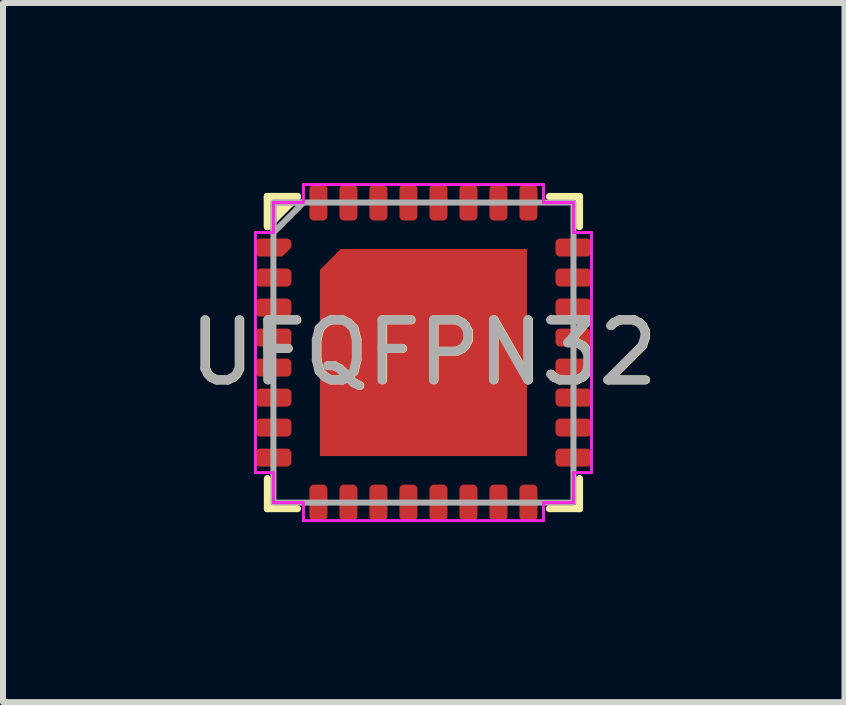
<source format=kicad_pcb>
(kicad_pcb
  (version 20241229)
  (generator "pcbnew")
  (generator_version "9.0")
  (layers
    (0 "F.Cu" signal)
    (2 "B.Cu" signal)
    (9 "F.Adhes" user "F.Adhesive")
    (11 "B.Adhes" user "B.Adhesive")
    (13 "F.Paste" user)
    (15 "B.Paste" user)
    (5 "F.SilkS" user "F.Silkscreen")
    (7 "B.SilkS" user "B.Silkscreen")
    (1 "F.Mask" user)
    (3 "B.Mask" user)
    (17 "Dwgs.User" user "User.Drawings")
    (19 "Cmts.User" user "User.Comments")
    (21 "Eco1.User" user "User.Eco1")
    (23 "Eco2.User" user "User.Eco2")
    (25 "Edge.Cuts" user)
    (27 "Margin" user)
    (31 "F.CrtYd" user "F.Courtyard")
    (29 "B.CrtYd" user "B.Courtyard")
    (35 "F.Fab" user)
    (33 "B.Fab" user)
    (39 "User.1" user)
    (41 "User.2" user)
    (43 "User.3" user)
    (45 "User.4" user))
  (footprint "UFQFPN32"
    (layer "F.Cu")
    (at 4.006 2.825)
    (property "Reference" "UFQFPN32" (at 0.01 0 0) (unlocked yes) (layer "F.SilkS") (effects (font (size 1 1) (thickness 0.15))))
    (attr through_hole)
    (fp_line (start -2.6 -2.6) (end -2.6 -2.1) (stroke (width 0.12) (type solid)) (layer "F.SilkS"))
    (fp_line (start -2.6 -2.6) (end -2.1 -2.6) (stroke (width 0.12) (type solid)) (layer "F.SilkS"))
    (fp_line (start -2.6 2.6) (end -2.6 2.1) (stroke (width 0.12) (type solid)) (layer "F.SilkS"))
    (fp_line (start -2.6 2.6) (end -2.1 2.6) (stroke (width 0.12) (type solid)) (layer "F.SilkS"))
    (fp_line (start 2.6 -2.6) (end 2.1 -2.6) (stroke (width 0.12) (type solid)) (layer "F.SilkS"))
    (fp_line (start 2.6 -2.6) (end 2.6 -2.1) (stroke (width 0.12) (type solid)) (layer "F.SilkS"))
    (fp_line (start 2.6 2.6) (end 2.1 2.6) (stroke (width 0.12) (type solid)) (layer "F.SilkS"))
    (fp_line (start 2.6 2.6) (end 2.6 2.1) (stroke (width 0.12) (type solid)) (layer "F.SilkS"))
    (fp_poly (pts (xy -2.6 -2.1) (xy -2.6 -2.6) (xy -2.1 -2.6)) (stroke (width 0.12) (type solid)) (fill yes) (layer "F.SilkS"))
    (fp_line (start -2.8 -2) (end -2.5 -2) (stroke (width 0.05) (type solid)) (layer "F.CrtYd"))
    (fp_line (start -2.8 2) (end -2.8 -2) (stroke (width 0.05) (type solid)) (layer "F.CrtYd"))
    (fp_line (start -2.5 -2.5) (end -2 -2.5) (stroke (width 0.05) (type solid)) (layer "F.CrtYd"))
    (fp_line (start -2.5 -2) (end -2.5 -2.5) (stroke (width 0.05) (type solid)) (layer "F.CrtYd"))
    (fp_line (start -2.5 2) (end -2.8 2) (stroke (width 0.05) (type solid)) (layer "F.CrtYd"))
    (fp_line (start -2.5 2.5) (end -2.5 2) (stroke (width 0.05) (type solid)) (layer "F.CrtYd"))
    (fp_line (start -2 -2.8) (end 2 -2.8) (stroke (width 0.05) (type solid)) (layer "F.CrtYd"))
    (fp_line (start -2 -2.5) (end -2 -2.8) (stroke (width 0.05) (type solid)) (layer "F.CrtYd"))
    (fp_line (start -2 2.5) (end -2.5 2.5) (stroke (width 0.05) (type solid)) (layer "F.CrtYd"))
    (fp_line (start -2 2.8) (end -2 2.5) (stroke (width 0.05) (type solid)) (layer "F.CrtYd"))
    (fp_line (start 2 -2.8) (end 2 -2.5) (stroke (width 0.05) (type solid)) (layer "F.CrtYd"))
    (fp_line (start 2 -2.5) (end 2.5 -2.5) (stroke (width 0.05) (type solid)) (layer "F.CrtYd"))
    (fp_line (start 2 2.5) (end 2 2.8) (stroke (width 0.05) (type solid)) (layer "F.CrtYd"))
    (fp_line (start 2 2.8) (end -2 2.8) (stroke (width 0.05) (type solid)) (layer "F.CrtYd"))
    (fp_line (start 2.5 -2.5) (end 2.5 -2) (stroke (width 0.05) (type solid)) (layer "F.CrtYd"))
    (fp_line (start 2.5 -2) (end 2.8 -2) (stroke (width 0.05) (type solid)) (layer "F.CrtYd"))
    (fp_line (start 2.5 2) (end 2.5 2.5) (stroke (width 0.05) (type solid)) (layer "F.CrtYd"))
    (fp_line (start 2.5 2.5) (end 2 2.5) (stroke (width 0.05) (type solid)) (layer "F.CrtYd"))
    (fp_line (start 2.8 -2) (end 2.8 2) (stroke (width 0.05) (type solid)) (layer "F.CrtYd"))
    (fp_line (start 2.8 2) (end 2.5 2) (stroke (width 0.05) (type solid)) (layer "F.CrtYd"))
    (fp_rect (start -2.5 -2.5) (end 2.5 2.5) (stroke (width 0.1) (type solid)) (fill no) (layer "F.Fab"))
    (fp_poly (pts (xy -2.5 -2) (xy -2.5 -2.5) (xy -2 -2.5)) (stroke (width 0.1) (type solid)) (fill no) (layer "F.Fab"))
    (fp_text user "${REFERENCE}" (at 0 0 0) (unlocked yes) (layer "F.Fab") (effects (font (size 1 1) (thickness 0.15))))
    (pad "1" smd roundrect (at -2.5 -1.75 90) (size 0.3 0.6) (layers "F.Cu" "F.Mask" "F.Paste") (roundrect_rratio 0.25) (chamfer_ratio 0.5) (chamfer bottom_left))
    (pad "2" smd roundrect (at -2.5 -1.25 90) (size 0.3 0.6) (layers "F.Cu" "F.Mask" "F.Paste") (roundrect_rratio 0.25) (chamfer_ratio 0.5) (chamfer))
    (pad "3" smd roundrect (at -2.5 -0.75 90) (size 0.3 0.6) (layers "F.Cu" "F.Mask" "F.Paste") (roundrect_rratio 0.25) (chamfer_ratio 0.5) (chamfer))
    (pad "4" smd roundrect (at -2.5 -0.25 90) (size 0.3 0.6) (layers "F.Cu" "F.Mask" "F.Paste") (roundrect_rratio 0.25) (chamfer_ratio 0.5) (chamfer))
    (pad "5" smd roundrect (at -2.5 0.25 90) (size 0.3 0.6) (layers "F.Cu" "F.Mask" "F.Paste") (roundrect_rratio 0.25) (chamfer_ratio 0.5) (chamfer))
    (pad "6" smd roundrect (at -2.5 0.75 90) (size 0.3 0.6) (layers "F.Cu" "F.Mask" "F.Paste") (roundrect_rratio 0.25) (chamfer_ratio 0.5) (chamfer))
    (pad "7" smd roundrect (at -2.5 1.25 90) (size 0.3 0.6) (layers "F.Cu" "F.Mask" "F.Paste") (roundrect_rratio 0.25) (chamfer_ratio 0.5) (chamfer))
    (pad "8" smd roundrect (at -2.5 1.75 90) (size 0.3 0.6) (layers "F.Cu" "F.Mask" "F.Paste") (roundrect_rratio 0.25) (chamfer_ratio 0.5) (chamfer))
    (pad "9" smd roundrect (at -1.75 2.5 180) (size 0.3 0.6) (layers "F.Cu" "F.Mask" "F.Paste") (roundrect_rratio 0.25) (chamfer_ratio 0.5) (chamfer))
    (pad "10" smd roundrect (at -1.25 2.5 180) (size 0.3 0.6) (layers "F.Cu" "F.Mask" "F.Paste") (roundrect_rratio 0.25) (chamfer_ratio 0.5) (chamfer))
    (pad "11" smd roundrect (at -0.75 2.5 180) (size 0.3 0.6) (layers "F.Cu" "F.Mask" "F.Paste") (roundrect_rratio 0.25) (chamfer_ratio 0.5) (chamfer))
    (pad "12" smd roundrect (at -0.25 2.5 180) (size 0.3 0.6) (layers "F.Cu" "F.Mask" "F.Paste") (roundrect_rratio 0.25) (chamfer_ratio 0.5) (chamfer))
    (pad "13" smd roundrect (at 0.25 2.5 180) (size 0.3 0.6) (layers "F.Cu" "F.Mask" "F.Paste") (roundrect_rratio 0.25) (chamfer_ratio 0.5) (chamfer))
    (pad "14" smd roundrect (at 0.75 2.5 180) (size 0.3 0.6) (layers "F.Cu" "F.Mask" "F.Paste") (roundrect_rratio 0.25) (chamfer_ratio 0.5) (chamfer))
    (pad "15" smd roundrect (at 1.25 2.5 180) (size 0.3 0.6) (layers "F.Cu" "F.Mask" "F.Paste") (roundrect_rratio 0.25) (chamfer_ratio 0.5) (chamfer))
    (pad "16" smd roundrect (at 1.75 2.5 180) (size 0.3 0.6) (layers "F.Cu" "F.Mask" "F.Paste") (roundrect_rratio 0.25) (chamfer_ratio 0.5) (chamfer))
    (pad "17" smd roundrect (at 2.5 1.75 270) (size 0.3 0.6) (layers "F.Cu" "F.Mask" "F.Paste") (roundrect_rratio 0.25) (chamfer_ratio 0.5) (chamfer))
    (pad "18" smd roundrect (at 2.5 1.25 270) (size 0.3 0.6) (layers "F.Cu" "F.Mask" "F.Paste") (roundrect_rratio 0.25) (chamfer_ratio 0.5) (chamfer))
    (pad "19" smd roundrect (at 2.5 0.75 270) (size 0.3 0.6) (layers "F.Cu" "F.Mask" "F.Paste") (roundrect_rratio 0.25) (chamfer_ratio 0.5) (chamfer))
    (pad "20" smd roundrect (at 2.5 0.25 270) (size 0.3 0.6) (layers "F.Cu" "F.Mask" "F.Paste") (roundrect_rratio 0.25) (chamfer_ratio 0.5) (chamfer))
    (pad "21" smd roundrect (at 2.5 -0.25 270) (size 0.3 0.6) (layers "F.Cu" "F.Mask" "F.Paste") (roundrect_rratio 0.25) (chamfer_ratio 0.5) (chamfer))
    (pad "22" smd roundrect (at 2.5 -0.75 270) (size 0.3 0.6) (layers "F.Cu" "F.Mask" "F.Paste") (roundrect_rratio 0.25) (chamfer_ratio 0.5) (chamfer))
    (pad "23" smd roundrect (at 2.5 -1.25 270) (size 0.3 0.6) (layers "F.Cu" "F.Mask" "F.Paste") (roundrect_rratio 0.25) (chamfer_ratio 0.5) (chamfer))
    (pad "24" smd roundrect (at 2.5 -1.75 270) (size 0.3 0.6) (layers "F.Cu" "F.Mask" "F.Paste") (roundrect_rratio 0.25) (chamfer_ratio 0.5) (chamfer))
    (pad "25" smd roundrect (at 1.75 -2.5) (size 0.3 0.6) (layers "F.Cu" "F.Mask" "F.Paste") (roundrect_rratio 0.25) (chamfer_ratio 0.5) (chamfer))
    (pad "26" smd roundrect (at 1.25 -2.5) (size 0.3 0.6) (layers "F.Cu" "F.Mask" "F.Paste") (roundrect_rratio 0.25) (chamfer_ratio 0.5) (chamfer))
    (pad "27" smd roundrect (at 0.75 -2.5) (size 0.3 0.6) (layers "F.Cu" "F.Mask" "F.Paste") (roundrect_rratio 0.25) (chamfer_ratio 0.5) (chamfer))
    (pad "28" smd roundrect (at 0.25 -2.5) (size 0.3 0.6) (layers "F.Cu" "F.Mask" "F.Paste") (roundrect_rratio 0.25) (chamfer_ratio 0.5) (chamfer))
    (pad "29" smd roundrect (at -0.25 -2.5) (size 0.3 0.6) (layers "F.Cu" "F.Mask" "F.Paste") (roundrect_rratio 0.25) (chamfer_ratio 0.5) (chamfer))
    (pad "30" smd roundrect (at -0.75 -2.5) (size 0.3 0.6) (layers "F.Cu" "F.Mask" "F.Paste") (roundrect_rratio 0.25) (chamfer_ratio 0.5) (chamfer))
    (pad "31" smd roundrect (at -1.25 -2.5) (size 0.3 0.6) (layers "F.Cu" "F.Mask" "F.Paste") (roundrect_rratio 0.25) (chamfer_ratio 0.5) (chamfer))
    (pad "32" smd roundrect (at -1.75 -2.5) (size 0.3 0.6) (layers "F.Cu" "F.Mask" "F.Paste") (roundrect_rratio 0.25) (chamfer_ratio 0.5) (chamfer))
    (pad "33" smd roundrect (at 0 0) (size 3.45 3.45) (layers "F.Cu" "F.Mask" "F.Paste") (roundrect_rratio 0) (chamfer_ratio 0.1) (chamfer top_left)))
  (gr_rect
    (start -3 -3)
    (end 11.022 8.65)
    (stroke (width 0.1) (type default))
    (fill no)
    (layer "Edge.Cuts")))
</source>
